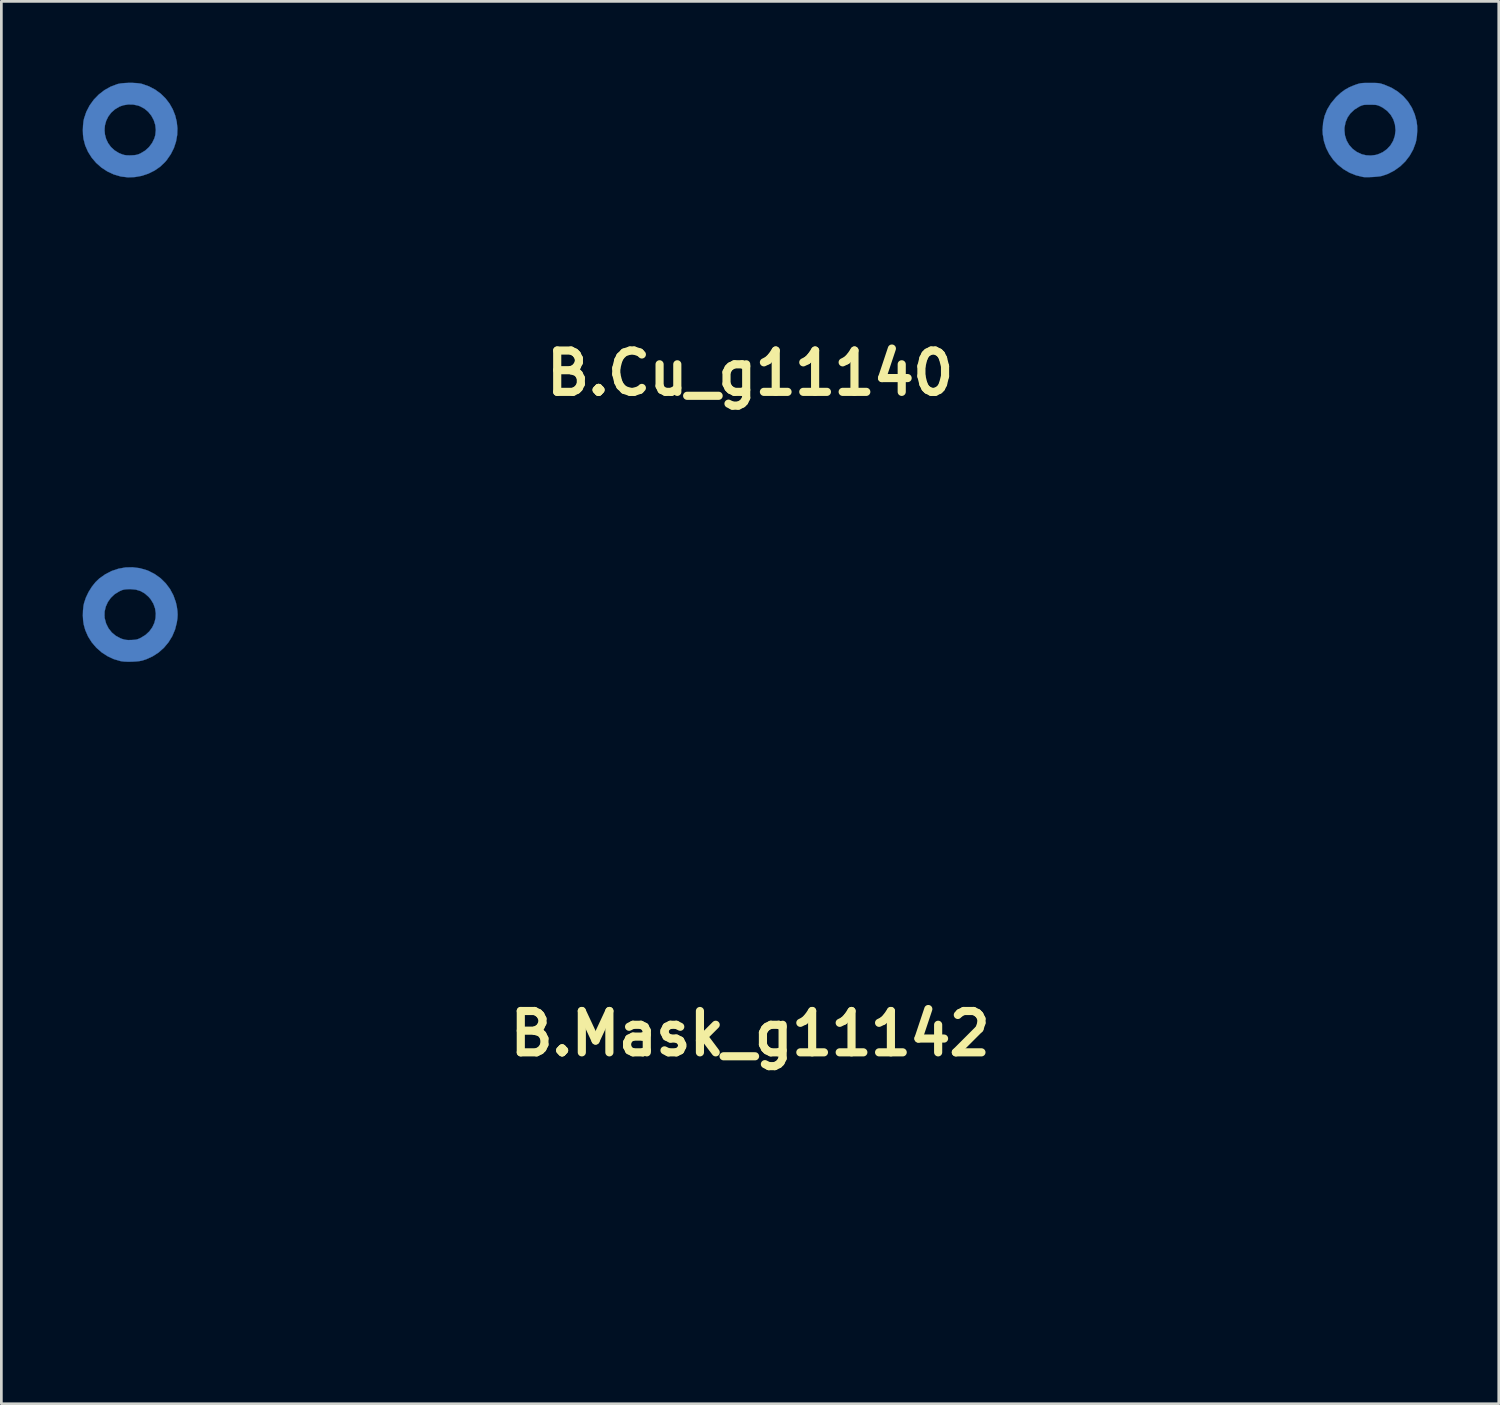
<source format=kicad_pcb>
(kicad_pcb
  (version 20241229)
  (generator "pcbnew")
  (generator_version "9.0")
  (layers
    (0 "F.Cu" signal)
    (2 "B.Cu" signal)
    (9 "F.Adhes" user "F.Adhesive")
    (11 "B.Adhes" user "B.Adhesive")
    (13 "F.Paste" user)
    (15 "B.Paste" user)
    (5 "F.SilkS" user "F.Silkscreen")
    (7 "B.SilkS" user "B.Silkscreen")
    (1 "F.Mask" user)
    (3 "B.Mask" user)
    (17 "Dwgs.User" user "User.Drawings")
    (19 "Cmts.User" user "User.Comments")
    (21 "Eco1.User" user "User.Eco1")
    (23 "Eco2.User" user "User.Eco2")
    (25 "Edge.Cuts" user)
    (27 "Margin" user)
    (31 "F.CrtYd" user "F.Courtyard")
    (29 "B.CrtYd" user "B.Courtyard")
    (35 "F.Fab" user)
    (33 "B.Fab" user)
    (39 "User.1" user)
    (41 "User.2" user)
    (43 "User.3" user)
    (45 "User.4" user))
  (footprint "B.Cu_g11140"
    (layer "F.Cu")
    (at 24.603 10.706)
    (property "Reference" "B.Cu_g11140" (at 0 0 0) (layer "F.SilkS") (effects (font (size 1.524 1.524) (thickness 0.3))))
    (attr through_hole)
    (fp_poly (pts (xy -22.757 -10.7) (xy -22.61 -10.692) (xy -22.483 -10.677) (xy -22.416 -10.662) (xy -22.161 -10.572) (xy -21.931 -10.451) (xy -21.727 -10.302) (xy -21.551 -10.129) (xy -21.403 -9.936) (xy -21.284 -9.725) (xy -21.195 -9.501) (xy -21.138 -9.266) (xy -21.113 -9.026) (xy -21.121 -8.782) (xy -21.164 -8.54) (xy -21.242 -8.301) (xy -21.358 -8.071) (xy -21.51 -7.852) (xy -21.568 -7.784) (xy -21.749 -7.611) (xy -21.957 -7.468) (xy -22.185 -7.355) (xy -22.428 -7.274) (xy -22.68 -7.229) (xy -22.935 -7.219) (xy -23.186 -7.248) (xy -23.209 -7.253) (xy -23.461 -7.327) (xy -23.696 -7.437) (xy -23.913 -7.579) (xy -24.106 -7.749) (xy -24.272 -7.944) (xy -24.408 -8.16) (xy -24.511 -8.393) (xy -24.574 -8.634) (xy -24.593 -8.788) (xy -24.598 -8.96) (xy -24.598 -8.97) (xy -23.8 -8.97) (xy -23.785 -8.8) (xy -23.741 -8.634) (xy -23.667 -8.479) (xy -23.564 -8.337) (xy -23.432 -8.215) (xy -23.272 -8.116) (xy -23.14 -8.062) (xy -23.062 -8.041) (xy -22.98 -8.03) (xy -22.879 -8.028) (xy -22.815 -8.029) (xy -22.71 -8.035) (xy -22.631 -8.046) (xy -22.562 -8.064) (xy -22.489 -8.094) (xy -22.471 -8.103) (xy -22.304 -8.203) (xy -22.16 -8.333) (xy -22.044 -8.488) (xy -21.961 -8.66) (xy -21.927 -8.78) (xy -21.909 -8.967) (xy -21.929 -9.151) (xy -21.985 -9.328) (xy -22.073 -9.491) (xy -22.189 -9.634) (xy -22.33 -9.752) (xy -22.494 -9.84) (xy -22.568 -9.866) (xy -22.745 -9.902) (xy -22.93 -9.905) (xy -23.107 -9.876) (xy -23.245 -9.828) (xy -23.415 -9.727) (xy -23.554 -9.604) (xy -23.661 -9.461) (xy -23.738 -9.305) (xy -23.784 -9.14) (xy -23.8 -8.97) (xy -24.598 -8.97) (xy -24.591 -9.136) (xy -24.573 -9.298) (xy -24.554 -9.387) (xy -24.47 -9.636) (xy -24.349 -9.869) (xy -24.195 -10.082) (xy -24.012 -10.271) (xy -23.804 -10.432) (xy -23.575 -10.561) (xy -23.329 -10.654) (xy -23.305 -10.661) (xy -23.199 -10.681) (xy -23.064 -10.694) (xy -22.912 -10.701) (xy -22.757 -10.7)) (stroke (width 0.01) (type solid)) (fill yes) (layer "B.Cu"))
    (fp_poly (pts (xy -22.502 7.189) (xy -22.247 7.262) (xy -22.185 7.286) (xy -21.947 7.408) (xy -21.732 7.562) (xy -21.545 7.746) (xy -21.387 7.956) (xy -21.262 8.189) (xy -21.172 8.44) (xy -21.135 8.605) (xy -21.113 8.763) (xy -21.105 8.901) (xy -21.113 9.039) (xy -21.135 9.192) (xy -21.201 9.453) (xy -21.304 9.697) (xy -21.442 9.921) (xy -21.61 10.122) (xy -21.805 10.296) (xy -22.026 10.439) (xy -22.268 10.549) (xy -22.406 10.593) (xy -22.509 10.614) (xy -22.641 10.628) (xy -22.789 10.636) (xy -22.937 10.638) (xy -23.074 10.632) (xy -23.185 10.619) (xy -23.201 10.616) (xy -23.454 10.543) (xy -23.69 10.433) (xy -23.908 10.291) (xy -24.102 10.12) (xy -24.27 9.923) (xy -24.407 9.705) (xy -24.51 9.469) (xy -24.566 9.267) (xy -24.589 9.109) (xy -24.596 8.973) (xy -23.801 8.973) (xy -23.793 9.037) (xy -23.741 9.232) (xy -23.653 9.407) (xy -23.533 9.559) (xy -23.383 9.683) (xy -23.207 9.777) (xy -23.159 9.795) (xy -23.08 9.819) (xy -23.007 9.833) (xy -22.924 9.839) (xy -22.816 9.837) (xy -22.815 9.837) (xy -22.714 9.832) (xy -22.64 9.824) (xy -22.576 9.807) (xy -22.508 9.779) (xy -22.455 9.753) (xy -22.286 9.648) (xy -22.147 9.519) (xy -22.038 9.369) (xy -21.962 9.205) (xy -21.919 9.031) (xy -21.91 8.853) (xy -21.936 8.674) (xy -21.997 8.501) (xy -22.096 8.338) (xy -22.174 8.246) (xy -22.318 8.12) (xy -22.475 8.031) (xy -22.648 7.979) (xy -22.843 7.961) (xy -22.905 7.962) (xy -23.006 7.968) (xy -23.082 7.978) (xy -23.147 7.995) (xy -23.217 8.025) (xy -23.266 8.049) (xy -23.43 8.151) (xy -23.567 8.282) (xy -23.677 8.436) (xy -23.754 8.606) (xy -23.797 8.787) (xy -23.801 8.973) (xy -24.596 8.973) (xy -24.598 8.931) (xy -24.593 8.749) (xy -24.575 8.579) (xy -24.554 8.477) (xy -24.486 8.273) (xy -24.388 8.068) (xy -24.267 7.874) (xy -24.129 7.701) (xy -23.993 7.571) (xy -23.771 7.413) (xy -23.533 7.291) (xy -23.282 7.208) (xy -23.024 7.162) (xy -22.763 7.156) (xy -22.502 7.189)) (stroke (width 0.01) (type solid)) (fill yes) (layer "B.Cu"))
    (fp_poly (pts (xy 22.978 -10.699) (xy 23.075 -10.697) (xy 23.149 -10.692) (xy 23.211 -10.683) (xy 23.27 -10.668) (xy 23.338 -10.647) (xy 23.389 -10.629) (xy 23.645 -10.52) (xy 23.876 -10.378) (xy 24.079 -10.207) (xy 24.252 -10.009) (xy 24.393 -9.786) (xy 24.499 -9.542) (xy 24.568 -9.285) (xy 24.588 -9.121) (xy 24.591 -8.937) (xy 24.58 -8.75) (xy 24.554 -8.576) (xy 24.533 -8.491) (xy 24.441 -8.244) (xy 24.312 -8.014) (xy 24.151 -7.805) (xy 23.961 -7.622) (xy 23.747 -7.469) (xy 23.512 -7.347) (xy 23.294 -7.272) (xy 23.22 -7.257) (xy 23.116 -7.245) (xy 22.995 -7.234) (xy 22.869 -7.228) (xy 22.751 -7.225) (xy 22.652 -7.226) (xy 22.595 -7.232) (xy 22.335 -7.294) (xy 22.092 -7.392) (xy 21.869 -7.523) (xy 21.668 -7.683) (xy 21.494 -7.869) (xy 21.348 -8.078) (xy 21.233 -8.306) (xy 21.153 -8.551) (xy 21.11 -8.808) (xy 21.103 -8.961) (xy 21.103 -8.966) (xy 21.907 -8.966) (xy 21.927 -8.766) (xy 21.985 -8.581) (xy 22.079 -8.416) (xy 22.205 -8.273) (xy 22.36 -8.157) (xy 22.544 -8.071) (xy 22.554 -8.067) (xy 22.711 -8.031) (xy 22.883 -8.023) (xy 23.052 -8.043) (xy 23.14 -8.066) (xy 23.321 -8.146) (xy 23.477 -8.259) (xy 23.606 -8.399) (xy 23.703 -8.562) (xy 23.766 -8.744) (xy 23.791 -8.939) (xy 23.791 -8.964) (xy 23.771 -9.165) (xy 23.713 -9.351) (xy 23.618 -9.518) (xy 23.489 -9.663) (xy 23.329 -9.782) (xy 23.241 -9.83) (xy 23.18 -9.858) (xy 23.128 -9.876) (xy 23.075 -9.888) (xy 23.009 -9.893) (xy 22.919 -9.895) (xy 22.849 -9.895) (xy 22.739 -9.895) (xy 22.661 -9.892) (xy 22.602 -9.884) (xy 22.552 -9.87) (xy 22.499 -9.848) (xy 22.455 -9.827) (xy 22.279 -9.718) (xy 22.134 -9.584) (xy 22.023 -9.427) (xy 21.949 -9.25) (xy 21.911 -9.057) (xy 21.907 -8.966) (xy 21.103 -8.966) (xy 21.122 -9.231) (xy 21.178 -9.484) (xy 21.273 -9.72) (xy 21.408 -9.943) (xy 21.583 -10.154) (xy 21.621 -10.194) (xy 21.777 -10.338) (xy 21.932 -10.452) (xy 22.097 -10.544) (xy 22.286 -10.621) (xy 22.31 -10.629) (xy 22.387 -10.656) (xy 22.451 -10.674) (xy 22.51 -10.687) (xy 22.575 -10.694) (xy 22.656 -10.698) (xy 22.763 -10.699) (xy 22.849 -10.699) (xy 22.978 -10.699)) (stroke (width 0.01) (type solid)) (fill yes) (layer "B.Cu")))
  (footprint "B.Mask_g11142"
    (layer "F.Cu")
    (at 24.603 35.054)
    (property "Reference" "B.Mask_g11142" (at 0 0 0) (layer "F.SilkS") (effects (font (size 1.524 1.524) (thickness 0.3))))
    (attr through_hole)
    (fp_poly (pts (xy -22.757 -10.7) (xy -22.61 -10.692) (xy -22.483 -10.677) (xy -22.416 -10.662) (xy -22.161 -10.572) (xy -21.931 -10.451) (xy -21.727 -10.302) (xy -21.551 -10.129) (xy -21.403 -9.936) (xy -21.284 -9.725) (xy -21.195 -9.501) (xy -21.138 -9.266) (xy -21.113 -9.026) (xy -21.121 -8.782) (xy -21.164 -8.54) (xy -21.242 -8.301) (xy -21.358 -8.071) (xy -21.51 -7.852) (xy -21.568 -7.784) (xy -21.749 -7.611) (xy -21.957 -7.468) (xy -22.185 -7.355) (xy -22.428 -7.274) (xy -22.68 -7.229) (xy -22.935 -7.219) (xy -23.186 -7.248) (xy -23.209 -7.253) (xy -23.461 -7.327) (xy -23.696 -7.437) (xy -23.913 -7.579) (xy -24.106 -7.749) (xy -24.272 -7.944) (xy -24.408 -8.16) (xy -24.511 -8.393) (xy -24.574 -8.634) (xy -24.593 -8.788) (xy -24.598 -8.96) (xy -24.598 -8.97) (xy -23.8 -8.97) (xy -23.785 -8.8) (xy -23.741 -8.634) (xy -23.667 -8.479) (xy -23.564 -8.337) (xy -23.432 -8.215) (xy -23.272 -8.116) (xy -23.14 -8.062) (xy -23.062 -8.041) (xy -22.98 -8.03) (xy -22.879 -8.028) (xy -22.815 -8.029) (xy -22.71 -8.035) (xy -22.631 -8.046) (xy -22.562 -8.064) (xy -22.489 -8.094) (xy -22.471 -8.103) (xy -22.304 -8.203) (xy -22.16 -8.333) (xy -22.044 -8.488) (xy -21.961 -8.66) (xy -21.927 -8.78) (xy -21.909 -8.967) (xy -21.929 -9.151) (xy -21.985 -9.328) (xy -22.073 -9.491) (xy -22.189 -9.634) (xy -22.33 -9.752) (xy -22.494 -9.84) (xy -22.568 -9.866) (xy -22.745 -9.902) (xy -22.93 -9.905) (xy -23.107 -9.876) (xy -23.245 -9.828) (xy -23.415 -9.727) (xy -23.554 -9.604) (xy -23.661 -9.461) (xy -23.738 -9.305) (xy -23.784 -9.14) (xy -23.8 -8.97) (xy -24.598 -8.97) (xy -24.591 -9.136) (xy -24.573 -9.298) (xy -24.554 -9.387) (xy -24.47 -9.636) (xy -24.349 -9.869) (xy -24.195 -10.082) (xy -24.012 -10.271) (xy -23.804 -10.432) (xy -23.575 -10.561) (xy -23.329 -10.654) (xy -23.305 -10.661) (xy -23.199 -10.681) (xy -23.064 -10.694) (xy -22.912 -10.701) (xy -22.757 -10.7)) (stroke (width 0.01) (type solid)) (fill yes) (layer "B.Mask"))
    (fp_poly (pts (xy -22.502 7.189) (xy -22.247 7.262) (xy -22.185 7.286) (xy -21.947 7.408) (xy -21.732 7.562) (xy -21.545 7.746) (xy -21.387 7.956) (xy -21.262 8.189) (xy -21.172 8.44) (xy -21.135 8.605) (xy -21.113 8.763) (xy -21.105 8.901) (xy -21.113 9.039) (xy -21.135 9.192) (xy -21.201 9.453) (xy -21.304 9.697) (xy -21.442 9.921) (xy -21.61 10.122) (xy -21.805 10.296) (xy -22.026 10.439) (xy -22.268 10.549) (xy -22.406 10.593) (xy -22.509 10.614) (xy -22.641 10.628) (xy -22.789 10.636) (xy -22.937 10.638) (xy -23.074 10.632) (xy -23.185 10.619) (xy -23.201 10.616) (xy -23.454 10.543) (xy -23.69 10.433) (xy -23.908 10.291) (xy -24.102 10.12) (xy -24.27 9.923) (xy -24.407 9.705) (xy -24.51 9.469) (xy -24.566 9.267) (xy -24.589 9.109) (xy -24.596 8.973) (xy -23.801 8.973) (xy -23.793 9.037) (xy -23.741 9.232) (xy -23.653 9.407) (xy -23.533 9.559) (xy -23.383 9.683) (xy -23.207 9.777) (xy -23.159 9.795) (xy -23.08 9.819) (xy -23.007 9.833) (xy -22.924 9.839) (xy -22.816 9.837) (xy -22.815 9.837) (xy -22.714 9.832) (xy -22.64 9.824) (xy -22.576 9.807) (xy -22.508 9.779) (xy -22.455 9.753) (xy -22.286 9.648) (xy -22.147 9.519) (xy -22.038 9.369) (xy -21.962 9.205) (xy -21.919 9.031) (xy -21.91 8.853) (xy -21.936 8.674) (xy -21.997 8.501) (xy -22.096 8.338) (xy -22.174 8.246) (xy -22.318 8.12) (xy -22.475 8.031) (xy -22.648 7.979) (xy -22.843 7.961) (xy -22.905 7.962) (xy -23.006 7.968) (xy -23.082 7.978) (xy -23.147 7.995) (xy -23.217 8.025) (xy -23.266 8.049) (xy -23.43 8.151) (xy -23.567 8.282) (xy -23.677 8.436) (xy -23.754 8.606) (xy -23.797 8.787) (xy -23.801 8.973) (xy -24.596 8.973) (xy -24.598 8.931) (xy -24.593 8.749) (xy -24.575 8.579) (xy -24.554 8.477) (xy -24.486 8.273) (xy -24.388 8.068) (xy -24.267 7.874) (xy -24.129 7.701) (xy -23.993 7.571) (xy -23.771 7.413) (xy -23.533 7.291) (xy -23.282 7.208) (xy -23.024 7.162) (xy -22.763 7.156) (xy -22.502 7.189)) (stroke (width 0.01) (type solid)) (fill yes) (layer "B.Mask"))
    (fp_poly (pts (xy 22.978 -10.699) (xy 23.075 -10.697) (xy 23.149 -10.692) (xy 23.211 -10.683) (xy 23.27 -10.668) (xy 23.338 -10.647) (xy 23.389 -10.629) (xy 23.645 -10.52) (xy 23.876 -10.378) (xy 24.079 -10.207) (xy 24.252 -10.009) (xy 24.393 -9.786) (xy 24.499 -9.542) (xy 24.568 -9.285) (xy 24.588 -9.121) (xy 24.591 -8.937) (xy 24.58 -8.75) (xy 24.554 -8.576) (xy 24.533 -8.491) (xy 24.441 -8.244) (xy 24.312 -8.014) (xy 24.151 -7.805) (xy 23.961 -7.622) (xy 23.747 -7.469) (xy 23.512 -7.347) (xy 23.294 -7.272) (xy 23.22 -7.257) (xy 23.116 -7.245) (xy 22.995 -7.234) (xy 22.869 -7.228) (xy 22.751 -7.225) (xy 22.652 -7.226) (xy 22.595 -7.232) (xy 22.335 -7.294) (xy 22.092 -7.392) (xy 21.869 -7.523) (xy 21.668 -7.683) (xy 21.494 -7.869) (xy 21.348 -8.078) (xy 21.233 -8.306) (xy 21.153 -8.551) (xy 21.11 -8.808) (xy 21.103 -8.961) (xy 21.103 -8.966) (xy 21.907 -8.966) (xy 21.927 -8.766) (xy 21.985 -8.581) (xy 22.079 -8.416) (xy 22.205 -8.273) (xy 22.36 -8.157) (xy 22.544 -8.071) (xy 22.554 -8.067) (xy 22.711 -8.031) (xy 22.883 -8.023) (xy 23.052 -8.043) (xy 23.14 -8.066) (xy 23.321 -8.146) (xy 23.477 -8.259) (xy 23.606 -8.399) (xy 23.703 -8.562) (xy 23.766 -8.744) (xy 23.791 -8.939) (xy 23.791 -8.964) (xy 23.771 -9.165) (xy 23.713 -9.351) (xy 23.618 -9.518) (xy 23.489 -9.663) (xy 23.329 -9.782) (xy 23.241 -9.83) (xy 23.18 -9.858) (xy 23.128 -9.876) (xy 23.075 -9.888) (xy 23.009 -9.893) (xy 22.919 -9.895) (xy 22.849 -9.895) (xy 22.739 -9.895) (xy 22.661 -9.892) (xy 22.602 -9.884) (xy 22.552 -9.87) (xy 22.499 -9.848) (xy 22.455 -9.827) (xy 22.279 -9.718) (xy 22.134 -9.584) (xy 22.023 -9.427) (xy 21.949 -9.25) (xy 21.911 -9.057) (xy 21.907 -8.966) (xy 21.103 -8.966) (xy 21.122 -9.231) (xy 21.178 -9.484) (xy 21.273 -9.72) (xy 21.408 -9.943) (xy 21.583 -10.154) (xy 21.621 -10.194) (xy 21.777 -10.338) (xy 21.932 -10.452) (xy 22.097 -10.544) (xy 22.286 -10.621) (xy 22.31 -10.629) (xy 22.387 -10.656) (xy 22.451 -10.674) (xy 22.51 -10.687) (xy 22.575 -10.694) (xy 22.656 -10.698) (xy 22.763 -10.699) (xy 22.849 -10.699) (xy 22.978 -10.699)) (stroke (width 0.01) (type solid)) (fill yes) (layer "B.Mask")))
  (gr_rect
    (start -3 -3)
    (end 52.2 48.697)
    (stroke (width 0.1) (type default))
    (fill no)
    (layer "Edge.Cuts")))
</source>
